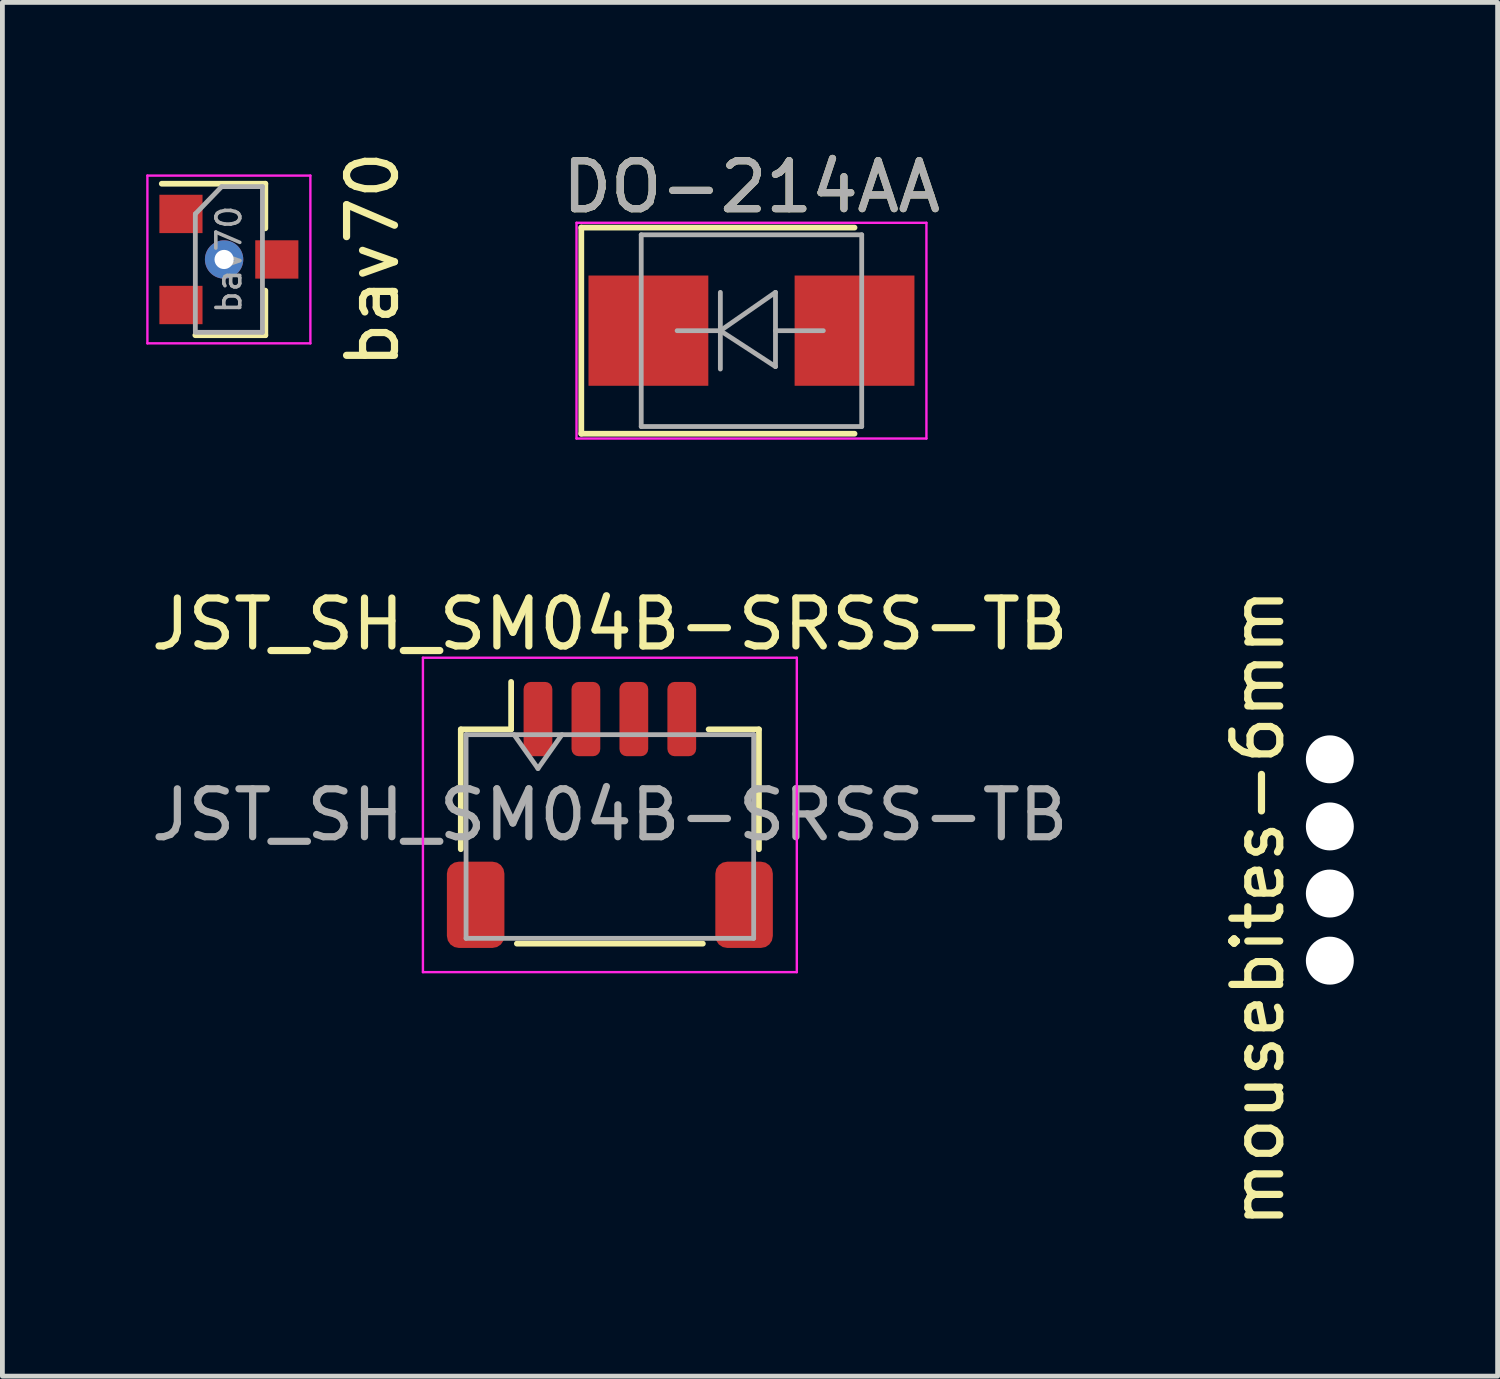
<source format=kicad_pcb>
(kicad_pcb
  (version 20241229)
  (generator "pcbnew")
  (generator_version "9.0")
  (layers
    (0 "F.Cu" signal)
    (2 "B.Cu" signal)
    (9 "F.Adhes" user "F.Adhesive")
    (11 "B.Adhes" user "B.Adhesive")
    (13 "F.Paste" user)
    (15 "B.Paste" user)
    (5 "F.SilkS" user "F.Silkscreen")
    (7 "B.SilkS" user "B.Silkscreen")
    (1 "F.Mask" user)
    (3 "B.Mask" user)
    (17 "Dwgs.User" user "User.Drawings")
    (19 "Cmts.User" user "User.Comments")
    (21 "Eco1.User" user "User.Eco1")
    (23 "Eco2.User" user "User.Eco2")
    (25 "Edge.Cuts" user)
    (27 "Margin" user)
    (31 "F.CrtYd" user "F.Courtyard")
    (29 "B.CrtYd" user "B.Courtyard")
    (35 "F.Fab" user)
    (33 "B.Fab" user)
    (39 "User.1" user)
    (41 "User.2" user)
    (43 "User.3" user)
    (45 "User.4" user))
  (footprint "DO-214AA"
    (layer "F.Cu")
    (at 12.627 3.848)
    (property "Reference" "DO-214AA" (at 0 -3 0) (layer "F.SilkS") (effects (font (size 1 1) (thickness 0.15))))
    (attr smd)
    (fp_line (start -3.55 -2.15) (end -3.55 2.15) (stroke (width 0.12) (type solid)) (layer "F.SilkS"))
    (fp_line (start -3.55 -2.15) (end 2.15 -2.15) (stroke (width 0.12) (type solid)) (layer "F.SilkS"))
    (fp_line (start -3.55 2.15) (end 2.15 2.15) (stroke (width 0.12) (type solid)) (layer "F.SilkS"))
    (fp_line (start -3.65 -2.25) (end 3.65 -2.25) (stroke (width 0.05) (type solid)) (layer "F.CrtYd"))
    (fp_line (start -3.65 2.25) (end -3.65 -2.25) (stroke (width 0.05) (type solid)) (layer "F.CrtYd"))
    (fp_line (start 3.65 -2.25) (end 3.65 2.25) (stroke (width 0.05) (type solid)) (layer "F.CrtYd"))
    (fp_line (start 3.65 2.25) (end -3.65 2.25) (stroke (width 0.05) (type solid)) (layer "F.CrtYd"))
    (fp_line (start -2.3 2) (end -2.3 -2) (stroke (width 0.1) (type solid)) (layer "F.Fab"))
    (fp_line (start -0.649 -0.799) (end -0.649 0.801) (stroke (width 0.1) (type solid)) (layer "F.Fab"))
    (fp_line (start -0.649 0.001) (end -1.551 0.001) (stroke (width 0.1) (type solid)) (layer "F.Fab"))
    (fp_line (start -0.649 0.001) (end 0.501 -0.799) (stroke (width 0.1) (type solid)) (layer "F.Fab"))
    (fp_line (start -0.649 0.001) (end 0.501 0.75) (stroke (width 0.1) (type solid)) (layer "F.Fab"))
    (fp_line (start 0.501 0.001) (end 1.499 0.001) (stroke (width 0.1) (type solid)) (layer "F.Fab"))
    (fp_line (start 0.501 0.75) (end 0.501 -0.799) (stroke (width 0.1) (type solid)) (layer "F.Fab"))
    (fp_line (start 2.3 -2) (end -2.3 -2) (stroke (width 0.1) (type solid)) (layer "F.Fab"))
    (fp_line (start 2.3 -2) (end 2.3 2) (stroke (width 0.1) (type solid)) (layer "F.Fab"))
    (fp_line (start 2.3 2) (end -2.3 2) (stroke (width 0.1) (type solid)) (layer "F.Fab"))
    (fp_text user "${REFERENCE}" (at 0 -3 0) (layer "F.Fab") (effects (font (size 1 1) (thickness 0.15))))
    (pad "1" smd rect (at -2.15 0) (size 2.5 2.3) (layers "F.Cu" "F.Mask" "F.Paste"))
    (pad "2" smd rect (at 2.15 0) (size 2.5 2.3) (layers "F.Cu" "F.Mask" "F.Paste")))
  (footprint "JST_SH_SM04B-SRSS-TB"
    (layer "F.Cu")
    (at 9.673 13.951)
    (property "Reference" "JST_SH_SM04B-SRSS-TB" (at 0 -3.98 0) (layer "F.SilkS") (effects (font (size 1 1) (thickness 0.15))))
    (attr smd)
    (fp_line (start -3.11 -1.785) (end -2.06 -1.785) (stroke (width 0.12) (type solid)) (layer "F.SilkS"))
    (fp_line (start -3.11 0.715) (end -3.11 -1.785) (stroke (width 0.12) (type solid)) (layer "F.SilkS"))
    (fp_line (start -2.06 -1.785) (end -2.06 -2.775) (stroke (width 0.12) (type solid)) (layer "F.SilkS"))
    (fp_line (start -1.94 2.685) (end 1.94 2.685) (stroke (width 0.12) (type solid)) (layer "F.SilkS"))
    (fp_line (start 3.11 -1.785) (end 2.06 -1.785) (stroke (width 0.12) (type solid)) (layer "F.SilkS"))
    (fp_line (start 3.11 0.715) (end 3.11 -1.785) (stroke (width 0.12) (type solid)) (layer "F.SilkS"))
    (fp_line (start -3.9 -3.28) (end -3.9 3.28) (stroke (width 0.05) (type solid)) (layer "F.CrtYd"))
    (fp_line (start -3.9 3.28) (end 3.9 3.28) (stroke (width 0.05) (type solid)) (layer "F.CrtYd"))
    (fp_line (start 3.9 -3.28) (end -3.9 -3.28) (stroke (width 0.05) (type solid)) (layer "F.CrtYd"))
    (fp_line (start 3.9 3.28) (end 3.9 -3.28) (stroke (width 0.05) (type solid)) (layer "F.CrtYd"))
    (fp_line (start -3 -1.675) (end -3 2.575) (stroke (width 0.1) (type solid)) (layer "F.Fab"))
    (fp_line (start -3 -1.675) (end 3 -1.675) (stroke (width 0.1) (type solid)) (layer "F.Fab"))
    (fp_line (start -3 2.575) (end 3 2.575) (stroke (width 0.1) (type solid)) (layer "F.Fab"))
    (fp_line (start -2 -1.675) (end -1.5 -0.968) (stroke (width 0.1) (type solid)) (layer "F.Fab"))
    (fp_line (start -1.5 -0.968) (end -1 -1.675) (stroke (width 0.1) (type solid)) (layer "F.Fab"))
    (fp_line (start 3 -1.675) (end 3 2.575) (stroke (width 0.1) (type solid)) (layer "F.Fab"))
    (fp_text user "${REFERENCE}" (at 0 0 0) (layer "F.Fab") (effects (font (size 1 1) (thickness 0.15))))
    (pad "1" smd roundrect (at -1.5 -2) (size 0.6 1.55) (layers "F.Cu" "F.Mask" "F.Paste") (roundrect_rratio 0.25))
    (pad "2" smd roundrect (at -0.5 -2) (size 0.6 1.55) (layers "F.Cu" "F.Mask" "F.Paste") (roundrect_rratio 0.25))
    (pad "3" smd roundrect (at 0.5 -2) (size 0.6 1.55) (layers "F.Cu" "F.Mask" "F.Paste") (roundrect_rratio 0.25))
    (pad "4" smd roundrect (at 1.5 -2) (size 0.6 1.55) (layers "F.Cu" "F.Mask" "F.Paste") (roundrect_rratio 0.25))
    (pad "MP" smd roundrect (at -2.8 1.875) (size 1.2 1.8) (layers "F.Cu" "F.Mask" "F.Paste") (roundrect_rratio 0.208))
    (pad "MP" smd roundrect (at 2.8 1.875) (size 1.2 1.8) (layers "F.Cu" "F.Mask" "F.Paste") (roundrect_rratio 0.208)))
  (footprint "mousebites-6mm"
    (layer "F.Cu")
    (at 24.693 11.891)
    (property "Reference" "mousebites-6mm" (at -1.5 4 90) (layer "F.SilkS") (effects (font (size 1 1) (thickness 0.15))))
    (attr through_hole)
    (pad "" np_thru_hole circle (at 0 0.9) (size 1 1) (drill 1) (layers "*.Cu" "*.Mask"))
    (pad "" np_thru_hole circle (at 0 2.3) (size 1 1) (drill 1) (layers "*.Cu" "*.Mask"))
    (pad "" np_thru_hole circle (at 0 3.7) (size 1 1) (drill 1) (layers "*.Cu" "*.Mask"))
    (pad "" np_thru_hole circle (at 0 5.1) (size 1 1) (drill 1) (layers "*.Cu" "*.Mask")))
  (footprint "bav70"
    (layer "F.Cu")
    (at 1.725 2.363)
    (property "Reference" "bav70" (at 3 0 90) (layer "F.SilkS") (effects (font (size 1 1) (thickness 0.15))))
    (attr smd)
    (fp_line (start 0.76 -1.58) (end -1.4 -1.58) (stroke (width 0.12) (type solid)) (layer "F.SilkS"))
    (fp_line (start 0.76 -1.58) (end 0.76 -0.65) (stroke (width 0.12) (type solid)) (layer "F.SilkS"))
    (fp_line (start 0.76 1.58) (end -0.7 1.58) (stroke (width 0.12) (type solid)) (layer "F.SilkS"))
    (fp_line (start 0.76 1.58) (end 0.76 0.65) (stroke (width 0.12) (type solid)) (layer "F.SilkS"))
    (fp_line (start -1.7 -1.75) (end 1.7 -1.75) (stroke (width 0.05) (type solid)) (layer "F.CrtYd"))
    (fp_line (start -1.7 1.75) (end -1.7 -1.75) (stroke (width 0.05) (type solid)) (layer "F.CrtYd"))
    (fp_line (start 1.7 -1.75) (end 1.7 1.75) (stroke (width 0.05) (type solid)) (layer "F.CrtYd"))
    (fp_line (start 1.7 1.75) (end -1.7 1.75) (stroke (width 0.05) (type solid)) (layer "F.CrtYd"))
    (fp_line (start -0.7 -0.95) (end -0.7 1.5) (stroke (width 0.1) (type solid)) (layer "F.Fab"))
    (fp_line (start -0.7 -0.95) (end -0.15 -1.52) (stroke (width 0.1) (type solid)) (layer "F.Fab"))
    (fp_line (start -0.7 1.52) (end 0.7 1.52) (stroke (width 0.1) (type solid)) (layer "F.Fab"))
    (fp_line (start -0.15 -1.52) (end 0.7 -1.52) (stroke (width 0.1) (type solid)) (layer "F.Fab"))
    (fp_line (start 0.7 -1.52) (end 0.7 1.52) (stroke (width 0.1) (type solid)) (layer "F.Fab"))
    (fp_text user "${REFERENCE}" (at 0 0 90) (layer "F.Fab") (effects (font (size 0.5 0.5) (thickness 0.075))))
    (pad "1" smd rect (at -1 -0.95) (size 0.9 0.8) (layers "F.Cu" "F.Mask" "F.Paste"))
    (pad "2" smd rect (at -1 0.95) (size 0.9 0.8) (layers "F.Cu" "F.Mask" "F.Paste"))
    (pad "3" thru_hole circle (at -0.1 0) (size 0.8 0.8) (drill 0.4) (layers "*.Cu"))
    (pad "3" smd rect (at 1 0) (size 0.9 0.8) (layers "F.Cu" "F.Mask" "F.Paste")))
  (gr_rect
    (start -3 -3)
    (end 28.193 25.659)
    (stroke (width 0.1) (type default))
    (fill no)
    (layer "Edge.Cuts")))
</source>
